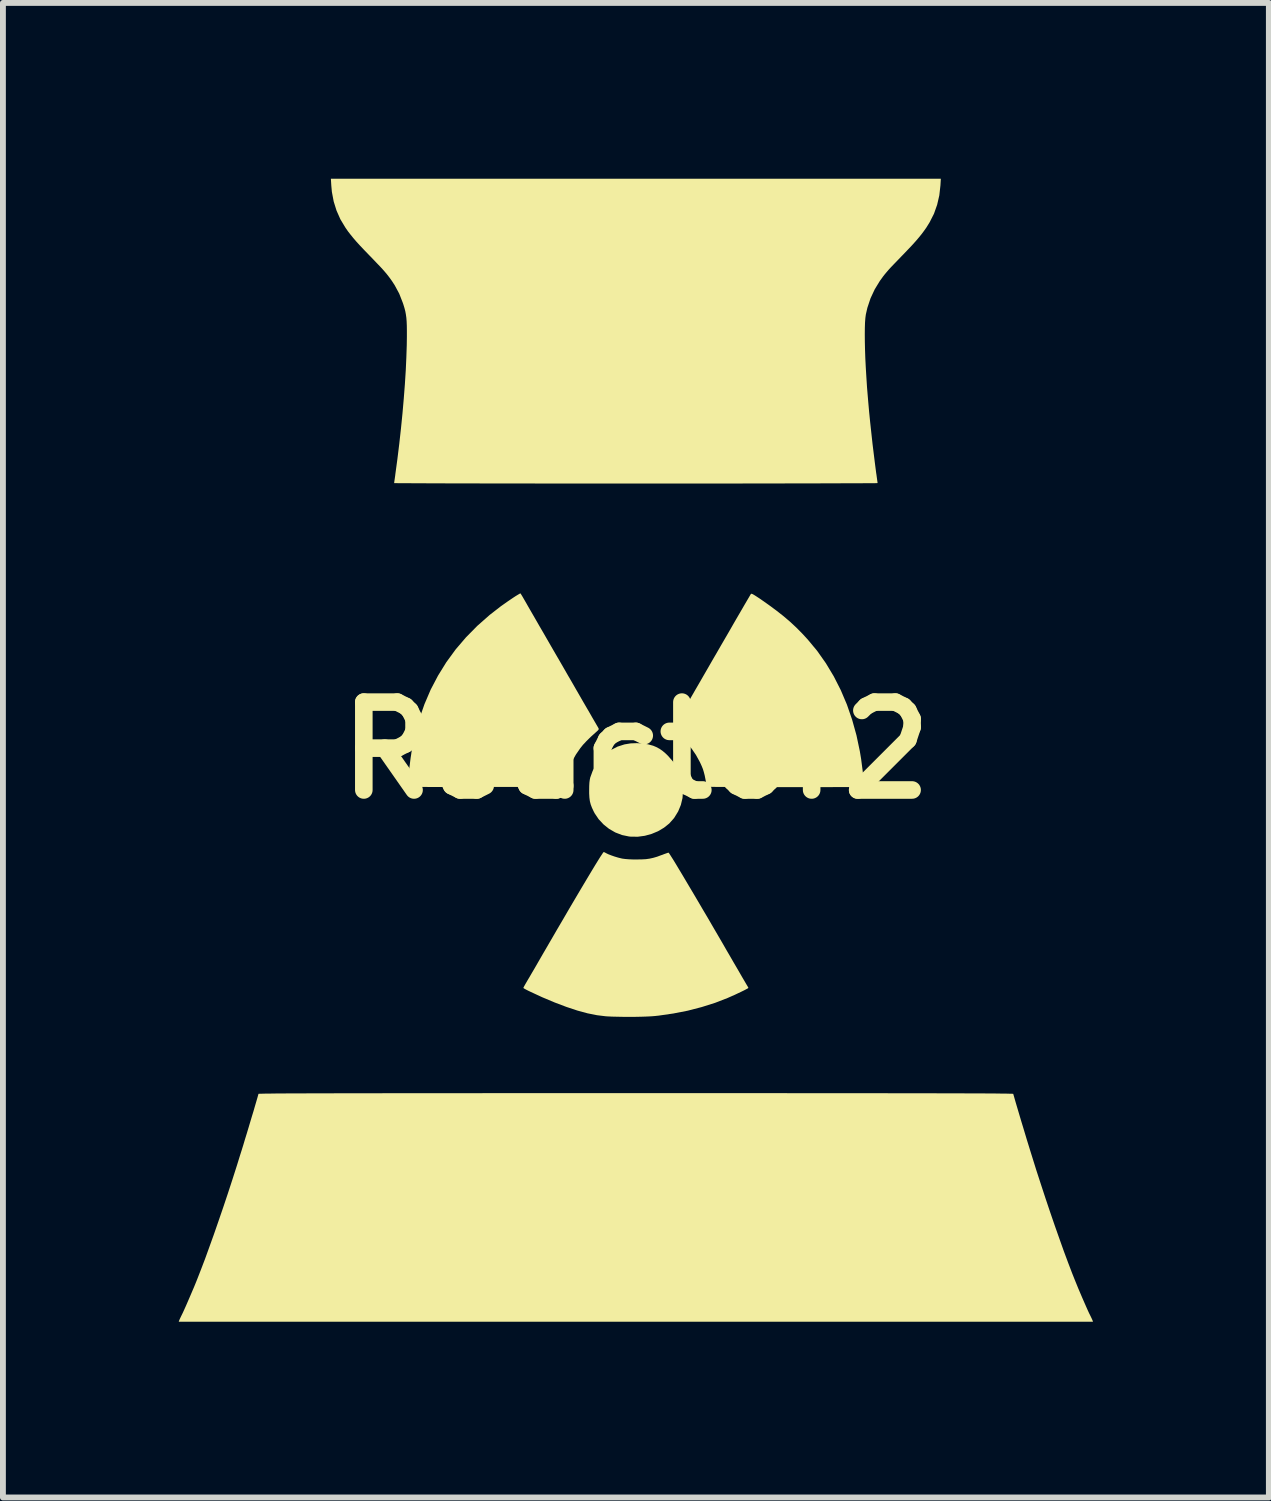
<source format=kicad_pcb>
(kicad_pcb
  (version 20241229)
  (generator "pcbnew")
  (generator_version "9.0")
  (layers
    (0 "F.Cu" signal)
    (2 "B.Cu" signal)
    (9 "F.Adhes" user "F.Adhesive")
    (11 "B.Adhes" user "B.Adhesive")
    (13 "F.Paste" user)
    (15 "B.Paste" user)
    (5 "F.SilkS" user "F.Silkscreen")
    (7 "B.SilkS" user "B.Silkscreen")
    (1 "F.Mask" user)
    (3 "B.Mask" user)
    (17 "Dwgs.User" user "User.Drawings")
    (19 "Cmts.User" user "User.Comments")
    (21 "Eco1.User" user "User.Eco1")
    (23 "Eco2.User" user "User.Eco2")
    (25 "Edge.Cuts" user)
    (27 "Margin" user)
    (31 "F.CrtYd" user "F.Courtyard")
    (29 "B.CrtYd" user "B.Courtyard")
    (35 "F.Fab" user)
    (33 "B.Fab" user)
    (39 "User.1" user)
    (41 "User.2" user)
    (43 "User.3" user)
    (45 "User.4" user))
  (footprint "Reactor2"
    (layer "F.Cu")
    (at 7.802 9.754)
    (property "Reference" "Reactor2" (at 0 0 0) (layer "F.SilkS") (effects (font (size 1.5 1.5) (thickness 0.3))))
    (attr board_only exclude_from_pos_files exclude_from_bom)
    (fp_poly (pts (xy 0.112 -0.116) (xy 0.208 -0.101) (xy 0.295 -0.077) (xy 0.347 -0.055) (xy 0.405 -0.024) (xy 0.454 0.01) (xy 0.503 0.051) (xy 0.552 0.099) (xy 0.639 0.199) (xy 0.708 0.302) (xy 0.757 0.409) (xy 0.789 0.521) (xy 0.803 0.642) (xy 0.805 0.691) (xy 0.796 0.816) (xy 0.768 0.933) (xy 0.722 1.044) (xy 0.657 1.15) (xy 0.644 1.167) (xy 0.57 1.25) (xy 0.48 1.322) (xy 0.379 1.382) (xy 0.269 1.428) (xy 0.153 1.46) (xy 0.034 1.476) (xy -0.084 1.475) (xy -0.117 1.472) (xy -0.237 1.447) (xy -0.351 1.403) (xy -0.457 1.342) (xy -0.552 1.266) (xy -0.635 1.177) (xy -0.704 1.075) (xy -0.721 1.042) (xy -0.75 0.98) (xy -0.771 0.924) (xy -0.785 0.869) (xy -0.793 0.809) (xy -0.797 0.737) (xy -0.797 0.681) (xy -0.796 0.608) (xy -0.793 0.552) (xy -0.787 0.506) (xy -0.779 0.468) (xy -0.779 0.467) (xy -0.737 0.352) (xy -0.678 0.245) (xy -0.604 0.148) (xy -0.517 0.063) (xy -0.419 -0.007) (xy -0.312 -0.062) (xy -0.197 -0.099) (xy -0.187 -0.101) (xy -0.091 -0.117) (xy 0.011 -0.121)) (stroke (width 0) (type solid)) (fill yes) (layer "F.SilkS"))
    (fp_poly (pts (xy -1.97 -2.677) (xy -1.962 -2.666) (xy -1.947 -2.642) (xy -1.928 -2.61) (xy -1.924 -2.603) (xy -1.916 -2.589) (xy -1.898 -2.558) (xy -1.872 -2.513) (xy -1.838 -2.453) (xy -1.797 -2.382) (xy -1.749 -2.299) (xy -1.696 -2.207) (xy -1.638 -2.106) (xy -1.575 -1.998) (xy -1.51 -1.885) (xy -1.442 -1.767) (xy -1.372 -1.646) (xy -1.301 -1.524) (xy -1.23 -1.401) (xy -1.16 -1.279) (xy -1.09 -1.159) (xy -1.023 -1.042) (xy -0.959 -0.931) (xy -0.898 -0.825) (xy -0.841 -0.727) (xy -0.789 -0.638) (xy -0.744 -0.559) (xy -0.705 -0.492) (xy -0.673 -0.437) (xy -0.649 -0.396) (xy -0.642 -0.384) (xy -0.635 -0.37) (xy -0.634 -0.358) (xy -0.642 -0.345) (xy -0.662 -0.325) (xy -0.681 -0.308) (xy -0.77 -0.228) (xy -0.842 -0.157) (xy -0.902 -0.093) (xy -0.947 -0.037) (xy -1.023 0.073) (xy -1.083 0.18) (xy -1.131 0.289) (xy -1.167 0.405) (xy -1.187 0.49) (xy -1.214 0.625) (xy -2.558 0.627) (xy -2.721 0.628) (xy -2.879 0.628) (xy -3.03 0.628) (xy -3.173 0.628) (xy -3.306 0.628) (xy -3.429 0.627) (xy -3.541 0.627) (xy -3.64 0.626) (xy -3.724 0.626) (xy -3.794 0.625) (xy -3.847 0.624) (xy -3.883 0.624) (xy -3.9 0.623) (xy -3.901 0.622) (xy -3.9 0.603) (xy -3.897 0.567) (xy -3.891 0.517) (xy -3.884 0.458) (xy -3.876 0.391) (xy -3.868 0.321) (xy -3.859 0.251) (xy -3.851 0.184) (xy -3.843 0.123) (xy -3.835 0.073) (xy -3.83 0.035) (xy -3.829 0.03) (xy -3.772 -0.253) (xy -3.699 -0.525) (xy -3.608 -0.786) (xy -3.501 -1.036) (xy -3.376 -1.274) (xy -3.235 -1.502) (xy -3.076 -1.72) (xy -2.9 -1.926) (xy -2.706 -2.123) (xy -2.495 -2.309) (xy -2.302 -2.459) (xy -2.252 -2.494) (xy -2.2 -2.531) (xy -2.147 -2.567) (xy -2.097 -2.601) (xy -2.051 -2.631) (xy -2.013 -2.654) (xy -1.986 -2.67) (xy -1.972 -2.677)) (stroke (width 0) (type solid)) (fill yes) (layer "F.SilkS"))
    (fp_poly (pts (xy 1.989 -2.666) (xy 2.015 -2.652) (xy 2.053 -2.628) (xy 2.105 -2.594) (xy 2.129 -2.578) (xy 2.275 -2.475) (xy 2.406 -2.378) (xy 2.525 -2.284) (xy 2.634 -2.191) (xy 2.737 -2.095) (xy 2.837 -1.994) (xy 2.933 -1.89) (xy 3.095 -1.695) (xy 3.243 -1.485) (xy 3.377 -1.262) (xy 3.497 -1.026) (xy 3.602 -0.779) (xy 3.691 -0.521) (xy 3.765 -0.255) (xy 3.823 0.02) (xy 3.845 0.152) (xy 3.849 0.185) (xy 3.855 0.231) (xy 3.862 0.286) (xy 3.87 0.346) (xy 3.877 0.409) (xy 3.884 0.469) (xy 3.891 0.525) (xy 3.896 0.571) (xy 3.9 0.605) (xy 3.901 0.624) (xy 3.901 0.625) (xy 3.892 0.626) (xy 3.863 0.626) (xy 3.816 0.627) (xy 3.754 0.628) (xy 3.678 0.628) (xy 3.588 0.629) (xy 3.486 0.629) (xy 3.374 0.629) (xy 3.254 0.63) (xy 3.126 0.63) (xy 2.992 0.63) (xy 2.854 0.63) (xy 2.713 0.63) (xy 2.57 0.63) (xy 2.427 0.63) (xy 2.286 0.629) (xy 2.147 0.629) (xy 2.012 0.629) (xy 1.883 0.628) (xy 1.762 0.628) (xy 1.648 0.627) (xy 1.545 0.627) (xy 1.453 0.626) (xy 1.374 0.626) (xy 1.31 0.625) (xy 1.261 0.624) (xy 1.229 0.623) (xy 1.216 0.622) (xy 1.216 0.622) (xy 1.212 0.61) (xy 1.206 0.582) (xy 1.197 0.542) (xy 1.189 0.503) (xy 1.175 0.431) (xy 1.16 0.373) (xy 1.145 0.323) (xy 1.125 0.273) (xy 1.1 0.218) (xy 1.086 0.19) (xy 1.024 0.078) (xy 0.952 -0.027) (xy 0.867 -0.129) (xy 0.766 -0.231) (xy 0.687 -0.303) (xy 0.627 -0.354) (xy 0.813 -0.678) (xy 0.875 -0.786) (xy 0.941 -0.902) (xy 1.01 -1.022) (xy 1.082 -1.146) (xy 1.155 -1.273) (xy 1.229 -1.401) (xy 1.303 -1.53) (xy 1.377 -1.657) (xy 1.449 -1.782) (xy 1.52 -1.904) (xy 1.588 -2.021) (xy 1.652 -2.133) (xy 1.712 -2.237) (xy 1.768 -2.333) (xy 1.818 -2.419) (xy 1.862 -2.495) (xy 1.899 -2.558) (xy 1.929 -2.609) (xy 1.95 -2.645) (xy 1.962 -2.665) (xy 1.965 -2.669) (xy 1.973 -2.671)) (stroke (width 0) (type solid)) (fill yes) (layer "F.SilkS"))
    (fp_poly (pts (xy -0.535 1.742) (xy -0.512 1.754) (xy -0.505 1.758) (xy -0.47 1.775) (xy -0.421 1.794) (xy -0.364 1.814) (xy -0.304 1.832) (xy -0.248 1.846) (xy -0.229 1.85) (xy -0.183 1.856) (xy -0.122 1.861) (xy -0.048 1.864) (xy 0.01 1.864) (xy 0.098 1.863) (xy 0.171 1.859) (xy 0.235 1.85) (xy 0.298 1.836) (xy 0.363 1.817) (xy 0.438 1.789) (xy 0.441 1.789) (xy 0.484 1.772) (xy 0.521 1.759) (xy 0.547 1.75) (xy 0.558 1.748) (xy 0.565 1.756) (xy 0.582 1.781) (xy 0.608 1.822) (xy 0.643 1.877) (xy 0.685 1.946) (xy 0.734 2.028) (xy 0.79 2.121) (xy 0.851 2.224) (xy 0.918 2.337) (xy 0.99 2.458) (xy 1.066 2.587) (xy 1.145 2.722) (xy 1.228 2.862) (xy 1.312 3.007) (xy 1.399 3.156) (xy 1.484 3.302) (xy 1.547 3.412) (xy 1.609 3.518) (xy 1.666 3.617) (xy 1.72 3.709) (xy 1.768 3.792) (xy 1.81 3.865) (xy 1.846 3.926) (xy 1.874 3.974) (xy 1.894 4.008) (xy 1.905 4.026) (xy 1.906 4.028) (xy 1.917 4.047) (xy 1.92 4.056) (xy 1.911 4.064) (xy 1.887 4.077) (xy 1.849 4.097) (xy 1.802 4.12) (xy 1.747 4.146) (xy 1.688 4.174) (xy 1.627 4.201) (xy 1.568 4.227) (xy 1.566 4.228) (xy 1.352 4.311) (xy 1.124 4.383) (xy 0.885 4.445) (xy 0.639 4.493) (xy 0.39 4.529) (xy 0.325 4.536) (xy 0.261 4.541) (xy 0.181 4.545) (xy 0.089 4.548) (xy -0.011 4.55) (xy -0.115 4.55) (xy -0.219 4.55) (xy -0.319 4.548) (xy -0.41 4.546) (xy -0.489 4.542) (xy -0.517 4.54) (xy -0.664 4.522) (xy -0.824 4.49) (xy -0.997 4.443) (xy -1.184 4.381) (xy -1.385 4.305) (xy -1.599 4.215) (xy -1.791 4.126) (xy -1.837 4.104) (xy -1.876 4.084) (xy -1.905 4.068) (xy -1.919 4.058) (xy -1.92 4.057) (xy -1.915 4.044) (xy -1.903 4.021) (xy -1.899 4.015) (xy -1.891 4) (xy -1.873 3.969) (xy -1.847 3.924) (xy -1.813 3.867) (xy -1.773 3.798) (xy -1.727 3.72) (xy -1.677 3.633) (xy -1.624 3.541) (xy -1.568 3.444) (xy -1.563 3.436) (xy -1.448 3.238) (xy -1.339 3.05) (xy -1.235 2.873) (xy -1.138 2.706) (xy -1.046 2.55) (xy -0.961 2.406) (xy -0.883 2.275) (xy -0.812 2.156) (xy -0.749 2.051) (xy -0.694 1.96) (xy -0.647 1.884) (xy -0.609 1.823) (xy -0.579 1.778) (xy -0.56 1.749) (xy -0.549 1.738) (xy -0.548 1.737)) (stroke (width 0) (type solid)) (fill yes) (layer "F.SilkS"))
    (fp_poly (pts (xy 0.446 5.852) (xy 0.873 5.852) (xy 1.28 5.852) (xy 1.668 5.852) (xy 2.037 5.852) (xy 2.388 5.852) (xy 2.721 5.853) (xy 3.037 5.853) (xy 3.335 5.853) (xy 3.617 5.853) (xy 3.883 5.853) (xy 4.133 5.853) (xy 4.367 5.854) (xy 4.586 5.854) (xy 4.791 5.854) (xy 4.981 5.854) (xy 5.158 5.855) (xy 5.321 5.855) (xy 5.471 5.855) (xy 5.609 5.856) (xy 5.734 5.856) (xy 5.848 5.857) (xy 5.95 5.857) (xy 6.042 5.858) (xy 6.122 5.858) (xy 6.193 5.859) (xy 6.254 5.86) (xy 6.306 5.86) (xy 6.348 5.861) (xy 6.382 5.862) (xy 6.408 5.862) (xy 6.426 5.863) (xy 6.437 5.864) (xy 6.441 5.865) (xy 6.441 5.865) (xy 6.444 5.878) (xy 6.453 5.908) (xy 6.466 5.954) (xy 6.483 6.013) (xy 6.504 6.084) (xy 6.528 6.165) (xy 6.554 6.253) (xy 6.582 6.347) (xy 6.612 6.445) (xy 6.642 6.545) (xy 6.672 6.645) (xy 6.702 6.742) (xy 6.731 6.836) (xy 6.757 6.919) (xy 6.833 7.163) (xy 6.912 7.406) (xy 6.991 7.647) (xy 7.071 7.885) (xy 7.15 8.115) (xy 7.228 8.336) (xy 7.303 8.547) (xy 7.376 8.743) (xy 7.445 8.924) (xy 7.488 9.032) (xy 7.517 9.103) (xy 7.549 9.182) (xy 7.584 9.264) (xy 7.619 9.346) (xy 7.654 9.426) (xy 7.686 9.499) (xy 7.714 9.562) (xy 7.737 9.612) (xy 7.749 9.635) (xy 7.767 9.672) (xy 7.783 9.706) (xy 7.793 9.728) (xy 7.793 9.729) (xy 7.802 9.754) (xy 0 9.754) (xy -7.802 9.754) (xy -7.793 9.729) (xy -7.784 9.708) (xy -7.769 9.676) (xy -7.751 9.639) (xy -7.749 9.635) (xy -7.73 9.596) (xy -7.705 9.541) (xy -7.675 9.474) (xy -7.642 9.398) (xy -7.607 9.317) (xy -7.572 9.235) (xy -7.537 9.153) (xy -7.506 9.077) (xy -7.488 9.032) (xy -7.422 8.863) (xy -7.351 8.677) (xy -7.278 8.475) (xy -7.201 8.261) (xy -7.123 8.036) (xy -7.043 7.803) (xy -6.963 7.564) (xy -6.884 7.322) (xy -6.806 7.078) (xy -6.757 6.919) (xy -6.729 6.831) (xy -6.7 6.738) (xy -6.671 6.64) (xy -6.64 6.54) (xy -6.61 6.44) (xy -6.581 6.343) (xy -6.553 6.249) (xy -6.526 6.161) (xy -6.503 6.081) (xy -6.482 6.01) (xy -6.465 5.951) (xy -6.452 5.906) (xy -6.444 5.877) (xy -6.441 5.865) (xy -6.438 5.864) (xy -6.428 5.863) (xy -6.411 5.862) (xy -6.386 5.862) (xy -6.352 5.861) (xy -6.311 5.86) (xy -6.26 5.86) (xy -6.2 5.859) (xy -6.131 5.858) (xy -6.051 5.858) (xy -5.961 5.857) (xy -5.86 5.857) (xy -5.748 5.856) (xy -5.624 5.856) (xy -5.487 5.855) (xy -5.339 5.855) (xy -5.177 5.855) (xy -5.002 5.854) (xy -4.813 5.854) (xy -4.61 5.854) (xy -4.392 5.854) (xy -4.16 5.853) (xy -3.912 5.853) (xy -3.648 5.853) (xy -3.368 5.853) (xy -3.071 5.853) (xy -2.758 5.853) (xy -2.426 5.852) (xy -2.078 5.852) (xy -1.71 5.852) (xy -1.325 5.852) (xy -0.92 5.852) (xy -0.495 5.852) (xy -0.051 5.852) (xy 0 5.852)) (stroke (width 0) (type solid)) (fill yes) (layer "F.SilkS"))
    (fp_poly (pts (xy 5.198 -9.639) (xy 5.179 -9.47) (xy 5.142 -9.31) (xy 5.088 -9.157) (xy 5.014 -9.011) (xy 4.957 -8.919) (xy 4.918 -8.864) (xy 4.877 -8.809) (xy 4.83 -8.751) (xy 4.777 -8.689) (xy 4.715 -8.62) (xy 4.641 -8.542) (xy 4.556 -8.453) (xy 4.539 -8.436) (xy 4.466 -8.36) (xy 4.405 -8.297) (xy 4.354 -8.244) (xy 4.312 -8.198) (xy 4.277 -8.157) (xy 4.246 -8.12) (xy 4.217 -8.083) (xy 4.19 -8.045) (xy 4.165 -8.011) (xy 4.077 -7.867) (xy 4.005 -7.713) (xy 3.951 -7.551) (xy 3.925 -7.437) (xy 3.917 -7.378) (xy 3.911 -7.301) (xy 3.908 -7.206) (xy 3.907 -7.096) (xy 3.908 -6.972) (xy 3.911 -6.836) (xy 3.916 -6.688) (xy 3.924 -6.531) (xy 3.934 -6.367) (xy 3.945 -6.196) (xy 3.953 -6.099) (xy 3.966 -5.944) (xy 3.981 -5.775) (xy 3.999 -5.596) (xy 4.019 -5.412) (xy 4.039 -5.229) (xy 4.061 -5.05) (xy 4.082 -4.881) (xy 4.102 -4.727) (xy 4.105 -4.71) (xy 4.112 -4.658) (xy 4.118 -4.614) (xy 4.123 -4.58) (xy 4.125 -4.562) (xy 4.125 -4.56) (xy 4.115 -4.559) (xy 4.085 -4.558) (xy 4.037 -4.558) (xy 3.97 -4.557) (xy 3.885 -4.557) (xy 3.784 -4.556) (xy 3.666 -4.556) (xy 3.532 -4.556) (xy 3.384 -4.555) (xy 3.221 -4.555) (xy 3.045 -4.554) (xy 2.856 -4.554) (xy 2.655 -4.554) (xy 2.442 -4.553) (xy 2.219 -4.553) (xy 1.985 -4.553) (xy 1.741 -4.552) (xy 1.489 -4.552) (xy 1.229 -4.552) (xy 0.961 -4.552) (xy 0.686 -4.552) (xy 0.406 -4.552) (xy 0.119 -4.552) (xy 0 -4.552) (xy -0.288 -4.552) (xy -0.572 -4.552) (xy -0.849 -4.552) (xy -1.12 -4.552) (xy -1.383 -4.552) (xy -1.639 -4.552) (xy -1.886 -4.553) (xy -2.124 -4.553) (xy -2.352 -4.553) (xy -2.569 -4.553) (xy -2.775 -4.554) (xy -2.969 -4.554) (xy -3.151 -4.554) (xy -3.319 -4.555) (xy -3.473 -4.555) (xy -3.613 -4.556) (xy -3.737 -4.556) (xy -3.845 -4.557) (xy -3.937 -4.557) (xy -4.011 -4.558) (xy -4.067 -4.558) (xy -4.105 -4.559) (xy -4.123 -4.559) (xy -4.125 -4.56) (xy -4.124 -4.572) (xy -4.12 -4.601) (xy -4.114 -4.642) (xy -4.107 -4.691) (xy -4.105 -4.71) (xy -4.07 -4.968) (xy -4.038 -5.229) (xy -4.009 -5.49) (xy -3.983 -5.749) (xy -3.961 -6.002) (xy -3.942 -6.248) (xy -3.927 -6.484) (xy -3.917 -6.706) (xy -3.91 -6.914) (xy -3.908 -7.056) (xy -3.908 -7.159) (xy -3.909 -7.245) (xy -3.912 -7.318) (xy -3.917 -7.381) (xy -3.925 -7.438) (xy -3.935 -7.492) (xy -3.949 -7.546) (xy -3.967 -7.605) (xy -3.979 -7.64) (xy -4.039 -7.793) (xy -4.116 -7.936) (xy -4.165 -8.011) (xy -4.194 -8.052) (xy -4.222 -8.089) (xy -4.251 -8.126) (xy -4.283 -8.164) (xy -4.319 -8.205) (xy -4.362 -8.252) (xy -4.415 -8.307) (xy -4.477 -8.372) (xy -4.539 -8.436) (xy -4.627 -8.527) (xy -4.703 -8.607) (xy -4.767 -8.677) (xy -4.822 -8.741) (xy -4.869 -8.799) (xy -4.912 -8.854) (xy -4.95 -8.909) (xy -4.957 -8.919) (xy -5.043 -9.062) (xy -5.109 -9.211) (xy -5.157 -9.365) (xy -5.188 -9.529) (xy -5.198 -9.639) (xy -5.205 -9.754) (xy 0 -9.754) (xy 5.205 -9.754)) (stroke (width 0) (type solid)) (fill yes) (layer "F.SilkS")))
  (gr_rect
    (start -3 -3)
    (end 18.605 22.507)
    (stroke (width 0.1) (type default))
    (fill no)
    (layer "Edge.Cuts")))
</source>
